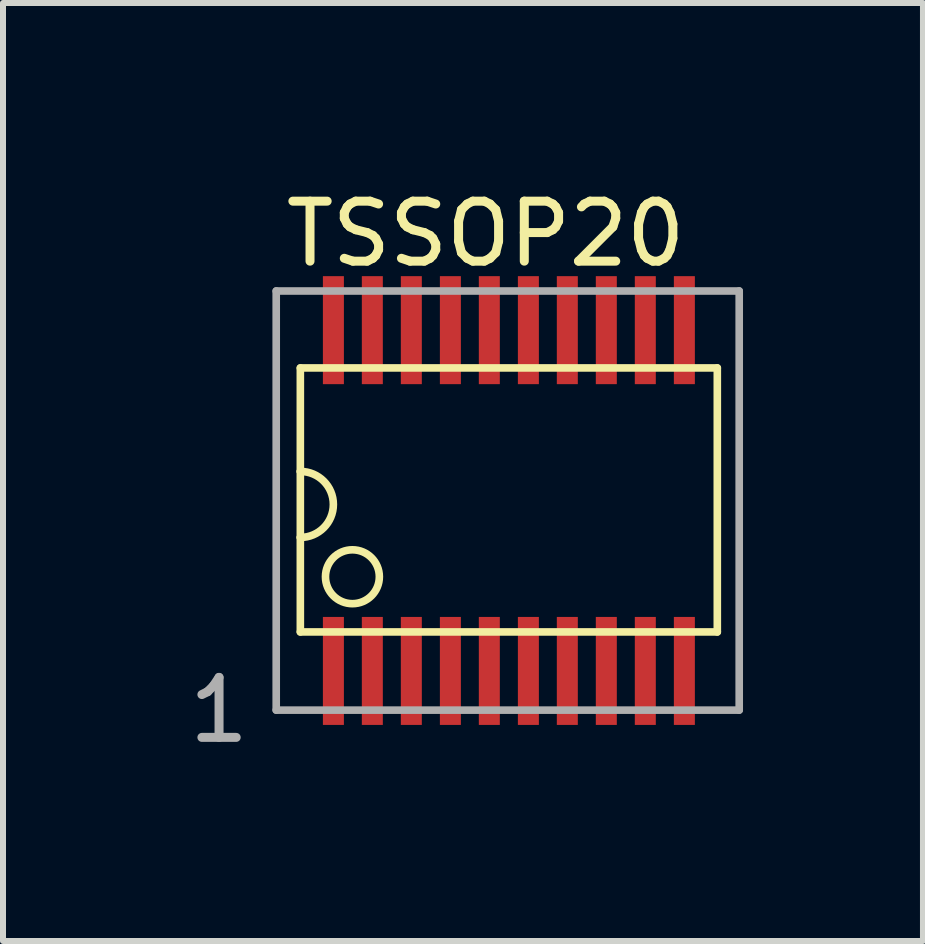
<source format=kicad_pcb>
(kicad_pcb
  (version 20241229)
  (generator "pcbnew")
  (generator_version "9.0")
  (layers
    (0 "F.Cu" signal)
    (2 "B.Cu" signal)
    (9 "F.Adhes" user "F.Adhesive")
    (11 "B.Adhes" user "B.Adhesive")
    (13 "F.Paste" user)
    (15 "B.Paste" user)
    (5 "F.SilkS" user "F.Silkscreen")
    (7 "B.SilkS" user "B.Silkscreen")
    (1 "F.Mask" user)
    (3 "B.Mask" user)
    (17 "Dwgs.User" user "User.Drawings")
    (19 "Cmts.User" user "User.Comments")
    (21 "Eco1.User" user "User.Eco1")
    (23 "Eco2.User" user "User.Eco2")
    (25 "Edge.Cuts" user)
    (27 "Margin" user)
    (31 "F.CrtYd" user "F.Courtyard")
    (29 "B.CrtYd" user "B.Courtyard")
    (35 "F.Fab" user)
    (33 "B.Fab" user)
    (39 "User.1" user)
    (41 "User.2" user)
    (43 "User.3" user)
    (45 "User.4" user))
  (footprint "TSSOP20"
    (layer "F.Cu")
    (at 5.364 5.293)
    (property "Reference" "TSSOP20" (at -0.318 -4.445 0) (layer "F.SilkS") (effects (font (size 1 1) (thickness 0.15))))
    (attr smd)
    (fp_line (start -3.408 -2.21) (end -3.408 -0.485) (stroke (width 0.127) (type solid)) (layer "F.SilkS"))
    (fp_line (start -3.408 -0.485) (end -3.408 0.615) (stroke (width 0.127) (type solid)) (layer "F.SilkS"))
    (fp_line (start -3.408 0.615) (end -3.408 2.19) (stroke (width 0.127) (type solid)) (layer "F.SilkS"))
    (fp_line (start -3.408 2.19) (end 3.542 2.19) (stroke (width 0.127) (type solid)) (layer "F.SilkS"))
    (fp_line (start 3.542 -2.21) (end -3.408 -2.21) (stroke (width 0.127) (type solid)) (layer "F.SilkS"))
    (fp_line (start 3.542 2.19) (end 3.542 -2.21) (stroke (width 0.127) (type solid)) (layer "F.SilkS"))
    (fp_arc (start -3.4075 -0.485) (mid -2.8575 0.065) (end -3.4075 0.615) (stroke (width 0.127) (type solid)) (layer "F.SilkS"))
    (fp_circle (center -2.54 1.27) (end -2.091 1.27) (stroke (width 0.127) (type solid)) (fill no) (layer "F.SilkS"))
    (fp_line (start -3.81 -3.493) (end -3.81 3.493) (stroke (width 0.127) (type solid)) (layer "F.Fab"))
    (fp_line (start -3.81 3.493) (end 3.907 3.493) (stroke (width 0.127) (type solid)) (layer "F.Fab"))
    (fp_line (start 3.907 -3.493) (end -3.81 -3.493) (stroke (width 0.127) (type solid)) (layer "F.Fab"))
    (fp_line (start 3.907 3.493) (end 3.907 -3.493) (stroke (width 0.127) (type solid)) (layer "F.Fab"))
    (fp_text user "1" (at -4.763 3.493 0) (layer "F.Fab") (effects (font (size 1 1) (thickness 0.15))))
    (pad "1" smd rect (at -2.857 2.84) (size 0.35 1.8) (layers "F.Cu" "F.Mask" "F.Paste"))
    (pad "2" smd rect (at -2.208 2.84) (size 0.35 1.8) (layers "F.Cu" "F.Mask" "F.Paste"))
    (pad "3" smd rect (at -1.558 2.84) (size 0.35 1.8) (layers "F.Cu" "F.Mask" "F.Paste"))
    (pad "4" smd rect (at -0.907 2.84) (size 0.35 1.8) (layers "F.Cu" "F.Mask" "F.Paste"))
    (pad "5" smd rect (at -0.258 2.84) (size 0.35 1.8) (layers "F.Cu" "F.Mask" "F.Paste"))
    (pad "6" smd rect (at 0.393 2.84) (size 0.35 1.8) (layers "F.Cu" "F.Mask" "F.Paste"))
    (pad "7" smd rect (at 1.042 2.84) (size 0.35 1.8) (layers "F.Cu" "F.Mask" "F.Paste"))
    (pad "8" smd rect (at 1.692 2.84) (size 0.35 1.8) (layers "F.Cu" "F.Mask" "F.Paste"))
    (pad "9" smd rect (at 2.342 2.84) (size 0.35 1.8) (layers "F.Cu" "F.Mask" "F.Paste"))
    (pad "10" smd rect (at 2.993 2.84) (size 0.35 1.8) (layers "F.Cu" "F.Mask" "F.Paste"))
    (pad "11" smd rect (at 2.993 -2.84) (size 0.35 1.8) (layers "F.Cu" "F.Mask" "F.Paste"))
    (pad "12" smd rect (at 2.342 -2.84) (size 0.35 1.8) (layers "F.Cu" "F.Mask" "F.Paste"))
    (pad "13" smd rect (at 1.692 -2.84) (size 0.35 1.8) (layers "F.Cu" "F.Mask" "F.Paste"))
    (pad "14" smd rect (at 1.042 -2.84) (size 0.35 1.8) (layers "F.Cu" "F.Mask" "F.Paste"))
    (pad "15" smd rect (at 0.393 -2.84) (size 0.35 1.8) (layers "F.Cu" "F.Mask" "F.Paste"))
    (pad "16" smd rect (at -0.258 -2.84) (size 0.35 1.8) (layers "F.Cu" "F.Mask" "F.Paste"))
    (pad "17" smd rect (at -0.907 -2.84) (size 0.35 1.8) (layers "F.Cu" "F.Mask" "F.Paste"))
    (pad "18" smd rect (at -1.558 -2.84) (size 0.35 1.8) (layers "F.Cu" "F.Mask" "F.Paste"))
    (pad "19" smd rect (at -2.208 -2.84) (size 0.35 1.8) (layers "F.Cu" "F.Mask" "F.Paste"))
    (pad "20" smd rect (at -2.857 -2.84) (size 0.35 1.8) (layers "F.Cu" "F.Mask" "F.Paste")))
  (gr_rect
    (start -3 -3)
    (end 12.334 12.634)
    (stroke (width 0.1) (type default))
    (fill no)
    (layer "Edge.Cuts")))
</source>
